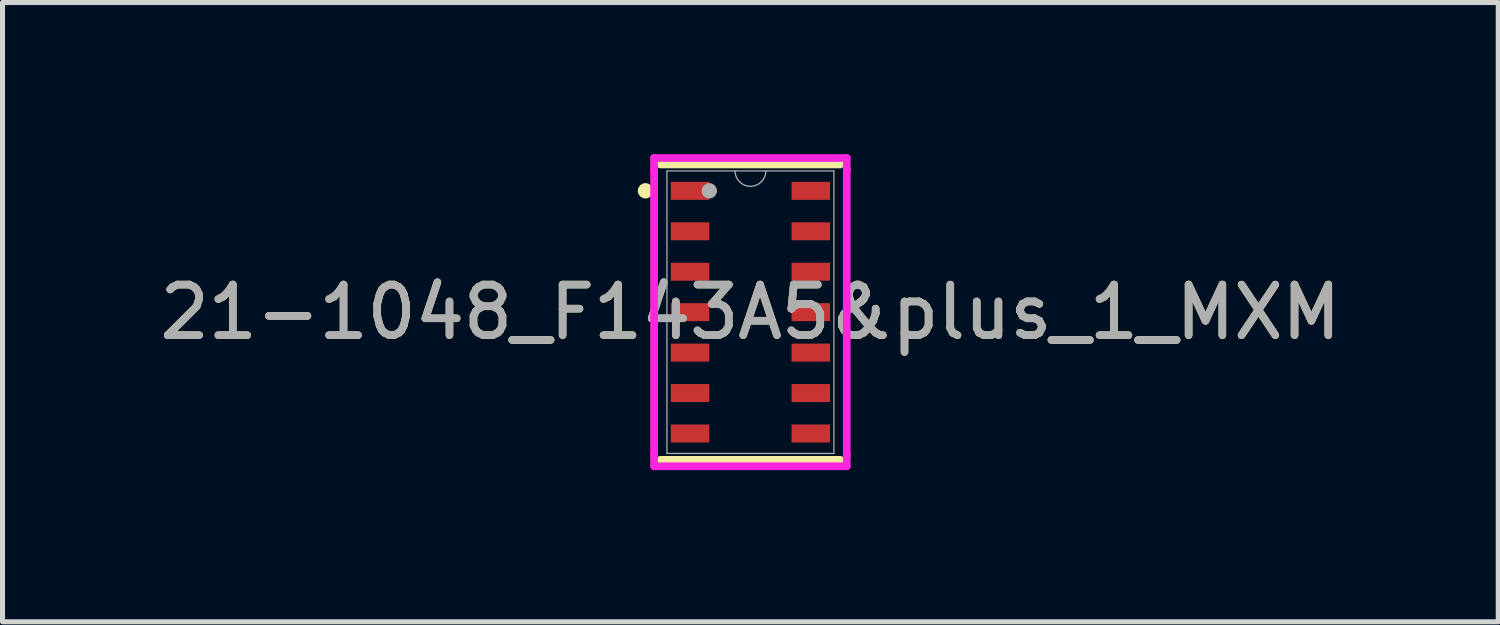
<source format=kicad_pcb>
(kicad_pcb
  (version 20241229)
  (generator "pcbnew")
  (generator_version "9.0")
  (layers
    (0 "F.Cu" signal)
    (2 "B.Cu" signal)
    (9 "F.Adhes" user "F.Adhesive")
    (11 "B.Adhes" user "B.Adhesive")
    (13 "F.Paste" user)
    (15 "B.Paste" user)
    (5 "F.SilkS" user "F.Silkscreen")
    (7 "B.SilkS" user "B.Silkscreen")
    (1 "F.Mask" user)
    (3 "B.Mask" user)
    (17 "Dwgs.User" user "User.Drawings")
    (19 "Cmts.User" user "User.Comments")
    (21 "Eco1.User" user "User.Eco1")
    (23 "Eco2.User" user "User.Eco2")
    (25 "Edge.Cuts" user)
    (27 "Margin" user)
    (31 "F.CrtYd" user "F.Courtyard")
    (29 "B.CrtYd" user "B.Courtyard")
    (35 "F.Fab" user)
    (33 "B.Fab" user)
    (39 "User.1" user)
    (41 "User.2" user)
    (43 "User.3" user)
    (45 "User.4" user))
  (footprint "21-1048_F143A5&plus_1_MXM"
    (layer "F.Cu")
    (at 11.792 3.124)
    (property "Reference" "21-1048_F143A5&plus_1_MXM" (at 0 0 0) (unlocked yes) (layer "F.SilkS") (effects (font (size 1 1) (thickness 0.15))))
    (attr smd)
    (fp_line (start -1.778 2.921) (end 1.778 2.921) (stroke (width 0.152) (type solid)) (layer "F.SilkS"))
    (fp_line (start 1.778 -2.921) (end -1.778 -2.921) (stroke (width 0.152) (type solid)) (layer "F.SilkS"))
    (fp_circle (center -2.076 -2.4) (end -2 -2.4) (stroke (width 0.152) (type solid)) (fill no) (layer "F.SilkS"))
    (fp_line (start -1.905 -3.048) (end 1.905 -3.048) (stroke (width 0.152) (type solid)) (layer "F.CrtYd"))
    (fp_line (start -1.905 -2.832) (end -1.905 -3.048) (stroke (width 0.152) (type solid)) (layer "F.CrtYd"))
    (fp_line (start -1.905 -2.832) (end -1.905 -2.832) (stroke (width 0.152) (type solid)) (layer "F.CrtYd"))
    (fp_line (start -1.905 2.832) (end -1.905 -2.832) (stroke (width 0.152) (type solid)) (layer "F.CrtYd"))
    (fp_line (start -1.905 2.832) (end -1.905 2.832) (stroke (width 0.152) (type solid)) (layer "F.CrtYd"))
    (fp_line (start -1.905 3.048) (end -1.905 2.832) (stroke (width 0.152) (type solid)) (layer "F.CrtYd"))
    (fp_line (start 1.905 -3.048) (end 1.905 -2.832) (stroke (width 0.152) (type solid)) (layer "F.CrtYd"))
    (fp_line (start 1.905 -2.832) (end 1.905 -2.832) (stroke (width 0.152) (type solid)) (layer "F.CrtYd"))
    (fp_line (start 1.905 -2.832) (end 1.905 2.832) (stroke (width 0.152) (type solid)) (layer "F.CrtYd"))
    (fp_line (start 1.905 2.832) (end 1.905 2.832) (stroke (width 0.152) (type solid)) (layer "F.CrtYd"))
    (fp_line (start 1.905 2.832) (end 1.905 3.048) (stroke (width 0.152) (type solid)) (layer "F.CrtYd"))
    (fp_line (start 1.905 3.048) (end -1.905 3.048) (stroke (width 0.152) (type solid)) (layer "F.CrtYd"))
    (fp_line (start -1.651 -2.794) (end -1.651 2.794) (stroke (width 0.025) (type solid)) (layer "F.Fab"))
    (fp_line (start -1.651 2.794) (end 1.651 2.794) (stroke (width 0.025) (type solid)) (layer "F.Fab"))
    (fp_line (start 1.651 -2.794) (end -1.651 -2.794) (stroke (width 0.025) (type solid)) (layer "F.Fab"))
    (fp_line (start 1.651 2.794) (end 1.651 -2.794) (stroke (width 0.025) (type solid)) (layer "F.Fab"))
    (fp_arc (start 0.3048 -2.794) (mid 0 -2.4892) (end -0.3048 -2.794) (stroke (width 0.0254) (type solid)) (layer "F.Fab"))
    (fp_circle (center -0.813 -2.4) (end -0.737 -2.4) (stroke (width 0.152) (type solid)) (fill no) (layer "F.Fab"))
    (fp_text user "${REFERENCE}" (at 0 0 0) (unlocked yes) (layer "F.Fab") (effects (font (size 1 1) (thickness 0.15))))
    (pad "1" smd rect (at -1.194 -2.4) (size 0.762 0.356) (layers "F.Cu" "F.Mask" "F.Paste"))
    (pad "2" smd rect (at -1.194 -1.6) (size 0.762 0.356) (layers "F.Cu" "F.Mask" "F.Paste"))
    (pad "3" smd rect (at -1.194 -0.8) (size 0.762 0.356) (layers "F.Cu" "F.Mask" "F.Paste"))
    (pad "4" smd rect (at -1.194 0) (size 0.762 0.356) (layers "F.Cu" "F.Mask" "F.Paste"))
    (pad "5" smd rect (at -1.194 0.8) (size 0.762 0.356) (layers "F.Cu" "F.Mask" "F.Paste"))
    (pad "6" smd rect (at -1.194 1.6) (size 0.762 0.356) (layers "F.Cu" "F.Mask" "F.Paste"))
    (pad "7" smd rect (at -1.194 2.4) (size 0.762 0.356) (layers "F.Cu" "F.Mask" "F.Paste"))
    (pad "8" smd rect (at 1.194 2.4) (size 0.762 0.356) (layers "F.Cu" "F.Mask" "F.Paste"))
    (pad "9" smd rect (at 1.194 1.6) (size 0.762 0.356) (layers "F.Cu" "F.Mask" "F.Paste"))
    (pad "10" smd rect (at 1.194 0.8) (size 0.762 0.356) (layers "F.Cu" "F.Mask" "F.Paste"))
    (pad "11" smd rect (at 1.194 0) (size 0.762 0.356) (layers "F.Cu" "F.Mask" "F.Paste"))
    (pad "12" smd rect (at 1.194 -0.8) (size 0.762 0.356) (layers "F.Cu" "F.Mask" "F.Paste"))
    (pad "13" smd rect (at 1.194 -1.6) (size 0.762 0.356) (layers "F.Cu" "F.Mask" "F.Paste"))
    (pad "14" smd rect (at 1.194 -2.4) (size 0.762 0.356) (layers "F.Cu" "F.Mask" "F.Paste")))
  (gr_rect
    (start -3 -3)
    (end 26.583 9.248)
    (stroke (width 0.1) (type default))
    (fill no)
    (layer "Edge.Cuts")))
</source>
